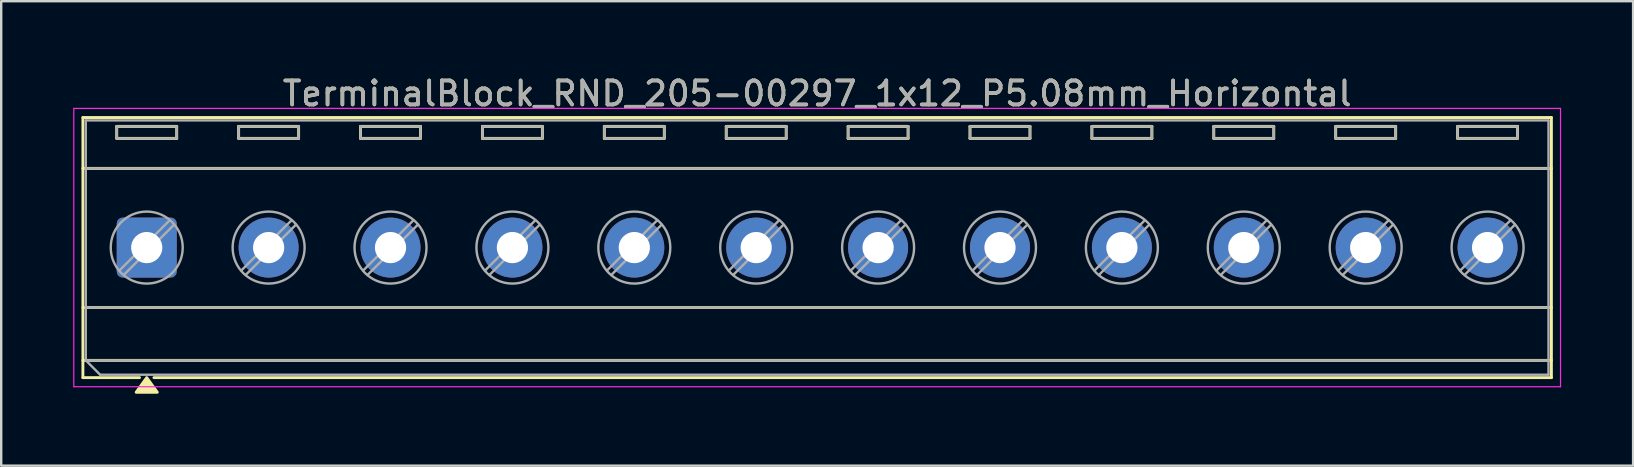
<source format=kicad_pcb>
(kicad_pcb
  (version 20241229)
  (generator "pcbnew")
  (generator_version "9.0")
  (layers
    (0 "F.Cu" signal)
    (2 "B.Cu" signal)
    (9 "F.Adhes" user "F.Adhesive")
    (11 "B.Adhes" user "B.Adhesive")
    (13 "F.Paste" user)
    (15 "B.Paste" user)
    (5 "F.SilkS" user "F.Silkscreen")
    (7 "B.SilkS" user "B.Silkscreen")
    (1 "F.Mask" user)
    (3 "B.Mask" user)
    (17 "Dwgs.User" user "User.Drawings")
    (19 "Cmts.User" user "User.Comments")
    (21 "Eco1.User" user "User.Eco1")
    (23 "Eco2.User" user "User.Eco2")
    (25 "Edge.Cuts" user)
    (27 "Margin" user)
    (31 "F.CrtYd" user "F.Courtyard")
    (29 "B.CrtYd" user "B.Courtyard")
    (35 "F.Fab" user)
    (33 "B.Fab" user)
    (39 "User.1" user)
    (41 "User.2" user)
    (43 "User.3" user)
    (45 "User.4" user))
  (footprint "TerminalBlock_RND_205-00297_1x12_P5.08mm_Horizontal"
    (layer "F.Cu")
    (at 3.065 7.268)
    (property "Reference" "TerminalBlock_RND_205-00297_1x12_P5.08mm_Horizontal" (at 27.94 -6.42 0) (layer "F.SilkS") (effects (font (size 1 1) (thickness 0.15))))
    (attr through_hole)
    (fp_line (start -2.66 -5.42) (end -2.66 5.42) (stroke (width 0.12) (type solid)) (layer "F.SilkS"))
    (fp_line (start -2.66 -5.42) (end 58.54 -5.42) (stroke (width 0.12) (type solid)) (layer "F.SilkS"))
    (fp_line (start -2.66 -3.3) (end 58.54 -3.3) (stroke (width 0.12) (type solid)) (layer "F.SilkS"))
    (fp_line (start -2.66 2.5) (end 58.54 2.5) (stroke (width 0.12) (type solid)) (layer "F.SilkS"))
    (fp_line (start -2.66 4.7) (end 58.54 4.7) (stroke (width 0.12) (type solid)) (layer "F.SilkS"))
    (fp_line (start -2.66 5.42) (end -0.3 5.42) (stroke (width 0.12) (type solid)) (layer "F.SilkS"))
    (fp_line (start -1.25 -5.05) (end -1.25 -4.55) (stroke (width 0.12) (type solid)) (layer "F.SilkS"))
    (fp_line (start -1.25 -5.05) (end 1.25 -5.05) (stroke (width 0.12) (type solid)) (layer "F.SilkS"))
    (fp_line (start -1.25 -4.55) (end 1.25 -4.55) (stroke (width 0.12) (type solid)) (layer "F.SilkS"))
    (fp_line (start 0.3 5.42) (end 58.54 5.42) (stroke (width 0.12) (type solid)) (layer "F.SilkS"))
    (fp_line (start 1.25 -5.05) (end 1.25 -4.55) (stroke (width 0.12) (type solid)) (layer "F.SilkS"))
    (fp_line (start 3.83 -5.05) (end 3.83 -4.55) (stroke (width 0.12) (type solid)) (layer "F.SilkS"))
    (fp_line (start 3.83 -5.05) (end 6.33 -5.05) (stroke (width 0.12) (type solid)) (layer "F.SilkS"))
    (fp_line (start 3.83 -4.55) (end 6.33 -4.55) (stroke (width 0.12) (type solid)) (layer "F.SilkS"))
    (fp_line (start 6.33 -5.05) (end 6.33 -4.55) (stroke (width 0.12) (type solid)) (layer "F.SilkS"))
    (fp_line (start 8.91 -5.05) (end 8.91 -4.55) (stroke (width 0.12) (type solid)) (layer "F.SilkS"))
    (fp_line (start 8.91 -5.05) (end 11.41 -5.05) (stroke (width 0.12) (type solid)) (layer "F.SilkS"))
    (fp_line (start 8.91 -4.55) (end 11.41 -4.55) (stroke (width 0.12) (type solid)) (layer "F.SilkS"))
    (fp_line (start 11.41 -5.05) (end 11.41 -4.55) (stroke (width 0.12) (type solid)) (layer "F.SilkS"))
    (fp_line (start 13.99 -5.05) (end 13.99 -4.55) (stroke (width 0.12) (type solid)) (layer "F.SilkS"))
    (fp_line (start 13.99 -5.05) (end 16.49 -5.05) (stroke (width 0.12) (type solid)) (layer "F.SilkS"))
    (fp_line (start 13.99 -4.55) (end 16.49 -4.55) (stroke (width 0.12) (type solid)) (layer "F.SilkS"))
    (fp_line (start 16.49 -5.05) (end 16.49 -4.55) (stroke (width 0.12) (type solid)) (layer "F.SilkS"))
    (fp_line (start 19.07 -5.05) (end 19.07 -4.55) (stroke (width 0.12) (type solid)) (layer "F.SilkS"))
    (fp_line (start 19.07 -5.05) (end 21.57 -5.05) (stroke (width 0.12) (type solid)) (layer "F.SilkS"))
    (fp_line (start 19.07 -4.55) (end 21.57 -4.55) (stroke (width 0.12) (type solid)) (layer "F.SilkS"))
    (fp_line (start 21.57 -5.05) (end 21.57 -4.55) (stroke (width 0.12) (type solid)) (layer "F.SilkS"))
    (fp_line (start 24.15 -5.05) (end 24.15 -4.55) (stroke (width 0.12) (type solid)) (layer "F.SilkS"))
    (fp_line (start 24.15 -5.05) (end 26.65 -5.05) (stroke (width 0.12) (type solid)) (layer "F.SilkS"))
    (fp_line (start 24.15 -4.55) (end 26.65 -4.55) (stroke (width 0.12) (type solid)) (layer "F.SilkS"))
    (fp_line (start 26.65 -5.05) (end 26.65 -4.55) (stroke (width 0.12) (type solid)) (layer "F.SilkS"))
    (fp_line (start 29.23 -5.05) (end 29.23 -4.55) (stroke (width 0.12) (type solid)) (layer "F.SilkS"))
    (fp_line (start 29.23 -5.05) (end 31.73 -5.05) (stroke (width 0.12) (type solid)) (layer "F.SilkS"))
    (fp_line (start 29.23 -4.55) (end 31.73 -4.55) (stroke (width 0.12) (type solid)) (layer "F.SilkS"))
    (fp_line (start 31.73 -5.05) (end 31.73 -4.55) (stroke (width 0.12) (type solid)) (layer "F.SilkS"))
    (fp_line (start 34.31 -5.05) (end 34.31 -4.55) (stroke (width 0.12) (type solid)) (layer "F.SilkS"))
    (fp_line (start 34.31 -5.05) (end 36.81 -5.05) (stroke (width 0.12) (type solid)) (layer "F.SilkS"))
    (fp_line (start 34.31 -4.55) (end 36.81 -4.55) (stroke (width 0.12) (type solid)) (layer "F.SilkS"))
    (fp_line (start 36.81 -5.05) (end 36.81 -4.55) (stroke (width 0.12) (type solid)) (layer "F.SilkS"))
    (fp_line (start 39.39 -5.05) (end 39.39 -4.55) (stroke (width 0.12) (type solid)) (layer "F.SilkS"))
    (fp_line (start 39.39 -5.05) (end 41.89 -5.05) (stroke (width 0.12) (type solid)) (layer "F.SilkS"))
    (fp_line (start 39.39 -4.55) (end 41.89 -4.55) (stroke (width 0.12) (type solid)) (layer "F.SilkS"))
    (fp_line (start 41.89 -5.05) (end 41.89 -4.55) (stroke (width 0.12) (type solid)) (layer "F.SilkS"))
    (fp_line (start 44.47 -5.05) (end 44.47 -4.55) (stroke (width 0.12) (type solid)) (layer "F.SilkS"))
    (fp_line (start 44.47 -5.05) (end 46.97 -5.05) (stroke (width 0.12) (type solid)) (layer "F.SilkS"))
    (fp_line (start 44.47 -4.55) (end 46.97 -4.55) (stroke (width 0.12) (type solid)) (layer "F.SilkS"))
    (fp_line (start 46.97 -5.05) (end 46.97 -4.55) (stroke (width 0.12) (type solid)) (layer "F.SilkS"))
    (fp_line (start 49.55 -5.05) (end 49.55 -4.55) (stroke (width 0.12) (type solid)) (layer "F.SilkS"))
    (fp_line (start 49.55 -5.05) (end 52.05 -5.05) (stroke (width 0.12) (type solid)) (layer "F.SilkS"))
    (fp_line (start 49.55 -4.55) (end 52.05 -4.55) (stroke (width 0.12) (type solid)) (layer "F.SilkS"))
    (fp_line (start 52.05 -5.05) (end 52.05 -4.55) (stroke (width 0.12) (type solid)) (layer "F.SilkS"))
    (fp_line (start 54.63 -5.05) (end 54.63 -4.55) (stroke (width 0.12) (type solid)) (layer "F.SilkS"))
    (fp_line (start 54.63 -5.05) (end 57.13 -5.05) (stroke (width 0.12) (type solid)) (layer "F.SilkS"))
    (fp_line (start 54.63 -4.55) (end 57.13 -4.55) (stroke (width 0.12) (type solid)) (layer "F.SilkS"))
    (fp_line (start 57.13 -5.05) (end 57.13 -4.55) (stroke (width 0.12) (type solid)) (layer "F.SilkS"))
    (fp_line (start 58.54 -5.42) (end 58.54 5.42) (stroke (width 0.12) (type solid)) (layer "F.SilkS"))
    (fp_poly (pts (xy 0 5.42) (xy 0.44 6.03) (xy -0.44 6.03)) (stroke (width 0.12) (type solid)) (fill yes) (layer "F.SilkS"))
    (fp_line (start -3.04 -5.8) (end -3.04 5.8) (stroke (width 0.05) (type solid)) (layer "F.CrtYd"))
    (fp_line (start -3.04 5.8) (end 58.92 5.8) (stroke (width 0.05) (type solid)) (layer "F.CrtYd"))
    (fp_line (start 58.92 -5.8) (end -3.04 -5.8) (stroke (width 0.05) (type solid)) (layer "F.CrtYd"))
    (fp_line (start 58.92 5.8) (end 58.92 -5.8) (stroke (width 0.05) (type solid)) (layer "F.CrtYd"))
    (fp_line (start -2.54 -5.3) (end 58.42 -5.3) (stroke (width 0.1) (type solid)) (layer "F.Fab"))
    (fp_line (start -2.54 -3.3) (end 58.42 -3.3) (stroke (width 0.1) (type solid)) (layer "F.Fab"))
    (fp_line (start -2.54 2.5) (end 58.42 2.5) (stroke (width 0.1) (type solid)) (layer "F.Fab"))
    (fp_line (start -2.54 4.7) (end -2.54 -5.3) (stroke (width 0.1) (type solid)) (layer "F.Fab"))
    (fp_line (start -2.54 4.7) (end 58.42 4.7) (stroke (width 0.1) (type solid)) (layer "F.Fab"))
    (fp_line (start -1.94 5.3) (end -2.54 4.7) (stroke (width 0.1) (type solid)) (layer "F.Fab"))
    (fp_line (start -1.25 -5.05) (end -1.25 -4.55) (stroke (width 0.1) (type solid)) (layer "F.Fab"))
    (fp_line (start -1.25 -4.55) (end 1.25 -4.55) (stroke (width 0.1) (type solid)) (layer "F.Fab"))
    (fp_line (start 0.955 -1.138) (end -1.138 0.954) (stroke (width 0.1) (type solid)) (layer "F.Fab"))
    (fp_line (start 1.138 -0.954) (end -0.955 1.137) (stroke (width 0.1) (type solid)) (layer "F.Fab"))
    (fp_line (start 1.25 -5.05) (end -1.25 -5.05) (stroke (width 0.1) (type solid)) (layer "F.Fab"))
    (fp_line (start 1.25 -4.55) (end 1.25 -5.05) (stroke (width 0.1) (type solid)) (layer "F.Fab"))
    (fp_line (start 3.83 -5.05) (end 3.83 -4.55) (stroke (width 0.1) (type solid)) (layer "F.Fab"))
    (fp_line (start 3.83 -4.55) (end 6.33 -4.55) (stroke (width 0.1) (type solid)) (layer "F.Fab"))
    (fp_line (start 6.035 -1.138) (end 3.942 0.954) (stroke (width 0.1) (type solid)) (layer "F.Fab"))
    (fp_line (start 6.218 -0.954) (end 4.125 1.137) (stroke (width 0.1) (type solid)) (layer "F.Fab"))
    (fp_line (start 6.33 -5.05) (end 3.83 -5.05) (stroke (width 0.1) (type solid)) (layer "F.Fab"))
    (fp_line (start 6.33 -4.55) (end 6.33 -5.05) (stroke (width 0.1) (type solid)) (layer "F.Fab"))
    (fp_line (start 8.91 -5.05) (end 8.91 -4.55) (stroke (width 0.1) (type solid)) (layer "F.Fab"))
    (fp_line (start 8.91 -4.55) (end 11.41 -4.55) (stroke (width 0.1) (type solid)) (layer "F.Fab"))
    (fp_line (start 11.115 -1.138) (end 9.022 0.954) (stroke (width 0.1) (type solid)) (layer "F.Fab"))
    (fp_line (start 11.298 -0.954) (end 9.205 1.137) (stroke (width 0.1) (type solid)) (layer "F.Fab"))
    (fp_line (start 11.41 -5.05) (end 8.91 -5.05) (stroke (width 0.1) (type solid)) (layer "F.Fab"))
    (fp_line (start 11.41 -4.55) (end 11.41 -5.05) (stroke (width 0.1) (type solid)) (layer "F.Fab"))
    (fp_line (start 13.99 -5.05) (end 13.99 -4.55) (stroke (width 0.1) (type solid)) (layer "F.Fab"))
    (fp_line (start 13.99 -4.55) (end 16.49 -4.55) (stroke (width 0.1) (type solid)) (layer "F.Fab"))
    (fp_line (start 16.195 -1.138) (end 14.102 0.954) (stroke (width 0.1) (type solid)) (layer "F.Fab"))
    (fp_line (start 16.378 -0.954) (end 14.285 1.137) (stroke (width 0.1) (type solid)) (layer "F.Fab"))
    (fp_line (start 16.49 -5.05) (end 13.99 -5.05) (stroke (width 0.1) (type solid)) (layer "F.Fab"))
    (fp_line (start 16.49 -4.55) (end 16.49 -5.05) (stroke (width 0.1) (type solid)) (layer "F.Fab"))
    (fp_line (start 19.07 -5.05) (end 19.07 -4.55) (stroke (width 0.1) (type solid)) (layer "F.Fab"))
    (fp_line (start 19.07 -4.55) (end 21.57 -4.55) (stroke (width 0.1) (type solid)) (layer "F.Fab"))
    (fp_line (start 21.275 -1.138) (end 19.182 0.954) (stroke (width 0.1) (type solid)) (layer "F.Fab"))
    (fp_line (start 21.458 -0.954) (end 19.365 1.137) (stroke (width 0.1) (type solid)) (layer "F.Fab"))
    (fp_line (start 21.57 -5.05) (end 19.07 -5.05) (stroke (width 0.1) (type solid)) (layer "F.Fab"))
    (fp_line (start 21.57 -4.55) (end 21.57 -5.05) (stroke (width 0.1) (type solid)) (layer "F.Fab"))
    (fp_line (start 24.15 -5.05) (end 24.15 -4.55) (stroke (width 0.1) (type solid)) (layer "F.Fab"))
    (fp_line (start 24.15 -4.55) (end 26.65 -4.55) (stroke (width 0.1) (type solid)) (layer "F.Fab"))
    (fp_line (start 26.355 -1.138) (end 24.262 0.954) (stroke (width 0.1) (type solid)) (layer "F.Fab"))
    (fp_line (start 26.538 -0.954) (end 24.445 1.137) (stroke (width 0.1) (type solid)) (layer "F.Fab"))
    (fp_line (start 26.65 -5.05) (end 24.15 -5.05) (stroke (width 0.1) (type solid)) (layer "F.Fab"))
    (fp_line (start 26.65 -4.55) (end 26.65 -5.05) (stroke (width 0.1) (type solid)) (layer "F.Fab"))
    (fp_line (start 29.23 -5.05) (end 29.23 -4.55) (stroke (width 0.1) (type solid)) (layer "F.Fab"))
    (fp_line (start 29.23 -4.55) (end 31.73 -4.55) (stroke (width 0.1) (type solid)) (layer "F.Fab"))
    (fp_line (start 31.435 -1.138) (end 29.342 0.954) (stroke (width 0.1) (type solid)) (layer "F.Fab"))
    (fp_line (start 31.618 -0.954) (end 29.525 1.137) (stroke (width 0.1) (type solid)) (layer "F.Fab"))
    (fp_line (start 31.73 -5.05) (end 29.23 -5.05) (stroke (width 0.1) (type solid)) (layer "F.Fab"))
    (fp_line (start 31.73 -4.55) (end 31.73 -5.05) (stroke (width 0.1) (type solid)) (layer "F.Fab"))
    (fp_line (start 34.31 -5.05) (end 34.31 -4.55) (stroke (width 0.1) (type solid)) (layer "F.Fab"))
    (fp_line (start 34.31 -4.55) (end 36.81 -4.55) (stroke (width 0.1) (type solid)) (layer "F.Fab"))
    (fp_line (start 36.515 -1.138) (end 34.422 0.954) (stroke (width 0.1) (type solid)) (layer "F.Fab"))
    (fp_line (start 36.698 -0.954) (end 34.605 1.137) (stroke (width 0.1) (type solid)) (layer "F.Fab"))
    (fp_line (start 36.81 -5.05) (end 34.31 -5.05) (stroke (width 0.1) (type solid)) (layer "F.Fab"))
    (fp_line (start 36.81 -4.55) (end 36.81 -5.05) (stroke (width 0.1) (type solid)) (layer "F.Fab"))
    (fp_line (start 39.39 -5.05) (end 39.39 -4.55) (stroke (width 0.1) (type solid)) (layer "F.Fab"))
    (fp_line (start 39.39 -4.55) (end 41.89 -4.55) (stroke (width 0.1) (type solid)) (layer "F.Fab"))
    (fp_line (start 41.595 -1.138) (end 39.502 0.954) (stroke (width 0.1) (type solid)) (layer "F.Fab"))
    (fp_line (start 41.778 -0.954) (end 39.685 1.137) (stroke (width 0.1) (type solid)) (layer "F.Fab"))
    (fp_line (start 41.89 -5.05) (end 39.39 -5.05) (stroke (width 0.1) (type solid)) (layer "F.Fab"))
    (fp_line (start 41.89 -4.55) (end 41.89 -5.05) (stroke (width 0.1) (type solid)) (layer "F.Fab"))
    (fp_line (start 44.47 -5.05) (end 44.47 -4.55) (stroke (width 0.1) (type solid)) (layer "F.Fab"))
    (fp_line (start 44.47 -4.55) (end 46.97 -4.55) (stroke (width 0.1) (type solid)) (layer "F.Fab"))
    (fp_line (start 46.675 -1.138) (end 44.582 0.954) (stroke (width 0.1) (type solid)) (layer "F.Fab"))
    (fp_line (start 46.858 -0.954) (end 44.765 1.137) (stroke (width 0.1) (type solid)) (layer "F.Fab"))
    (fp_line (start 46.97 -5.05) (end 44.47 -5.05) (stroke (width 0.1) (type solid)) (layer "F.Fab"))
    (fp_line (start 46.97 -4.55) (end 46.97 -5.05) (stroke (width 0.1) (type solid)) (layer "F.Fab"))
    (fp_line (start 49.55 -5.05) (end 49.55 -4.55) (stroke (width 0.1) (type solid)) (layer "F.Fab"))
    (fp_line (start 49.55 -4.55) (end 52.05 -4.55) (stroke (width 0.1) (type solid)) (layer "F.Fab"))
    (fp_line (start 51.755 -1.138) (end 49.662 0.954) (stroke (width 0.1) (type solid)) (layer "F.Fab"))
    (fp_line (start 51.938 -0.954) (end 49.845 1.137) (stroke (width 0.1) (type solid)) (layer "F.Fab"))
    (fp_line (start 52.05 -5.05) (end 49.55 -5.05) (stroke (width 0.1) (type solid)) (layer "F.Fab"))
    (fp_line (start 52.05 -4.55) (end 52.05 -5.05) (stroke (width 0.1) (type solid)) (layer "F.Fab"))
    (fp_line (start 54.63 -5.05) (end 54.63 -4.55) (stroke (width 0.1) (type solid)) (layer "F.Fab"))
    (fp_line (start 54.63 -4.55) (end 57.13 -4.55) (stroke (width 0.1) (type solid)) (layer "F.Fab"))
    (fp_line (start 56.835 -1.138) (end 54.742 0.954) (stroke (width 0.1) (type solid)) (layer "F.Fab"))
    (fp_line (start 57.018 -0.954) (end 54.925 1.137) (stroke (width 0.1) (type solid)) (layer "F.Fab"))
    (fp_line (start 57.13 -5.05) (end 54.63 -5.05) (stroke (width 0.1) (type solid)) (layer "F.Fab"))
    (fp_line (start 57.13 -4.55) (end 57.13 -5.05) (stroke (width 0.1) (type solid)) (layer "F.Fab"))
    (fp_line (start 58.42 -5.3) (end 58.42 5.3) (stroke (width 0.1) (type solid)) (layer "F.Fab"))
    (fp_line (start 58.42 5.3) (end -1.94 5.3) (stroke (width 0.1) (type solid)) (layer "F.Fab"))
    (fp_circle (center 0 0) (end 1.5 0) (stroke (width 0.1) (type solid)) (fill no) (layer "F.Fab"))
    (fp_circle (center 5.08 0) (end 6.58 0) (stroke (width 0.1) (type solid)) (fill no) (layer "F.Fab"))
    (fp_circle (center 10.16 0) (end 11.66 0) (stroke (width 0.1) (type solid)) (fill no) (layer "F.Fab"))
    (fp_circle (center 15.24 0) (end 16.74 0) (stroke (width 0.1) (type solid)) (fill no) (layer "F.Fab"))
    (fp_circle (center 20.32 0) (end 21.82 0) (stroke (width 0.1) (type solid)) (fill no) (layer "F.Fab"))
    (fp_circle (center 25.4 0) (end 26.9 0) (stroke (width 0.1) (type solid)) (fill no) (layer "F.Fab"))
    (fp_circle (center 30.48 0) (end 31.98 0) (stroke (width 0.1) (type solid)) (fill no) (layer "F.Fab"))
    (fp_circle (center 35.56 0) (end 37.06 0) (stroke (width 0.1) (type solid)) (fill no) (layer "F.Fab"))
    (fp_circle (center 40.64 0) (end 42.14 0) (stroke (width 0.1) (type solid)) (fill no) (layer "F.Fab"))
    (fp_circle (center 45.72 0) (end 47.22 0) (stroke (width 0.1) (type solid)) (fill no) (layer "F.Fab"))
    (fp_circle (center 50.8 0) (end 52.3 0) (stroke (width 0.1) (type solid)) (fill no) (layer "F.Fab"))
    (fp_circle (center 55.88 0) (end 57.38 0) (stroke (width 0.1) (type solid)) (fill no) (layer "F.Fab"))
    (fp_text user "${REFERENCE}" (at 27.94 -6.42 0) (layer "F.Fab") (effects (font (size 1 1) (thickness 0.15))))
    (pad "1" thru_hole roundrect (at 0 0) (size 2.5 2.5) (drill 1.3) (layers "*.Cu" "*.Mask") (roundrect_rratio 0.1))
    (pad "2" thru_hole circle (at 5.08 0) (size 2.5 2.5) (drill 1.3) (layers "*.Cu" "*.Mask"))
    (pad "3" thru_hole circle (at 10.16 0) (size 2.5 2.5) (drill 1.3) (layers "*.Cu" "*.Mask"))
    (pad "4" thru_hole circle (at 15.24 0) (size 2.5 2.5) (drill 1.3) (layers "*.Cu" "*.Mask"))
    (pad "5" thru_hole circle (at 20.32 0) (size 2.5 2.5) (drill 1.3) (layers "*.Cu" "*.Mask"))
    (pad "6" thru_hole circle (at 25.4 0) (size 2.5 2.5) (drill 1.3) (layers "*.Cu" "*.Mask"))
    (pad "7" thru_hole circle (at 30.48 0) (size 2.5 2.5) (drill 1.3) (layers "*.Cu" "*.Mask"))
    (pad "8" thru_hole circle (at 35.56 0) (size 2.5 2.5) (drill 1.3) (layers "*.Cu" "*.Mask"))
    (pad "9" thru_hole circle (at 40.64 0) (size 2.5 2.5) (drill 1.3) (layers "*.Cu" "*.Mask"))
    (pad "10" thru_hole circle (at 45.72 0) (size 2.5 2.5) (drill 1.3) (layers "*.Cu" "*.Mask"))
    (pad "11" thru_hole circle (at 50.8 0) (size 2.5 2.5) (drill 1.3) (layers "*.Cu" "*.Mask"))
    (pad "12" thru_hole circle (at 55.88 0) (size 2.5 2.5) (drill 1.3) (layers "*.Cu" "*.Mask")))
  (gr_rect
    (start -3 -3)
    (end 65.01 16.358)
    (stroke (width 0.1) (type default))
    (fill no)
    (layer "Edge.Cuts")))
</source>
